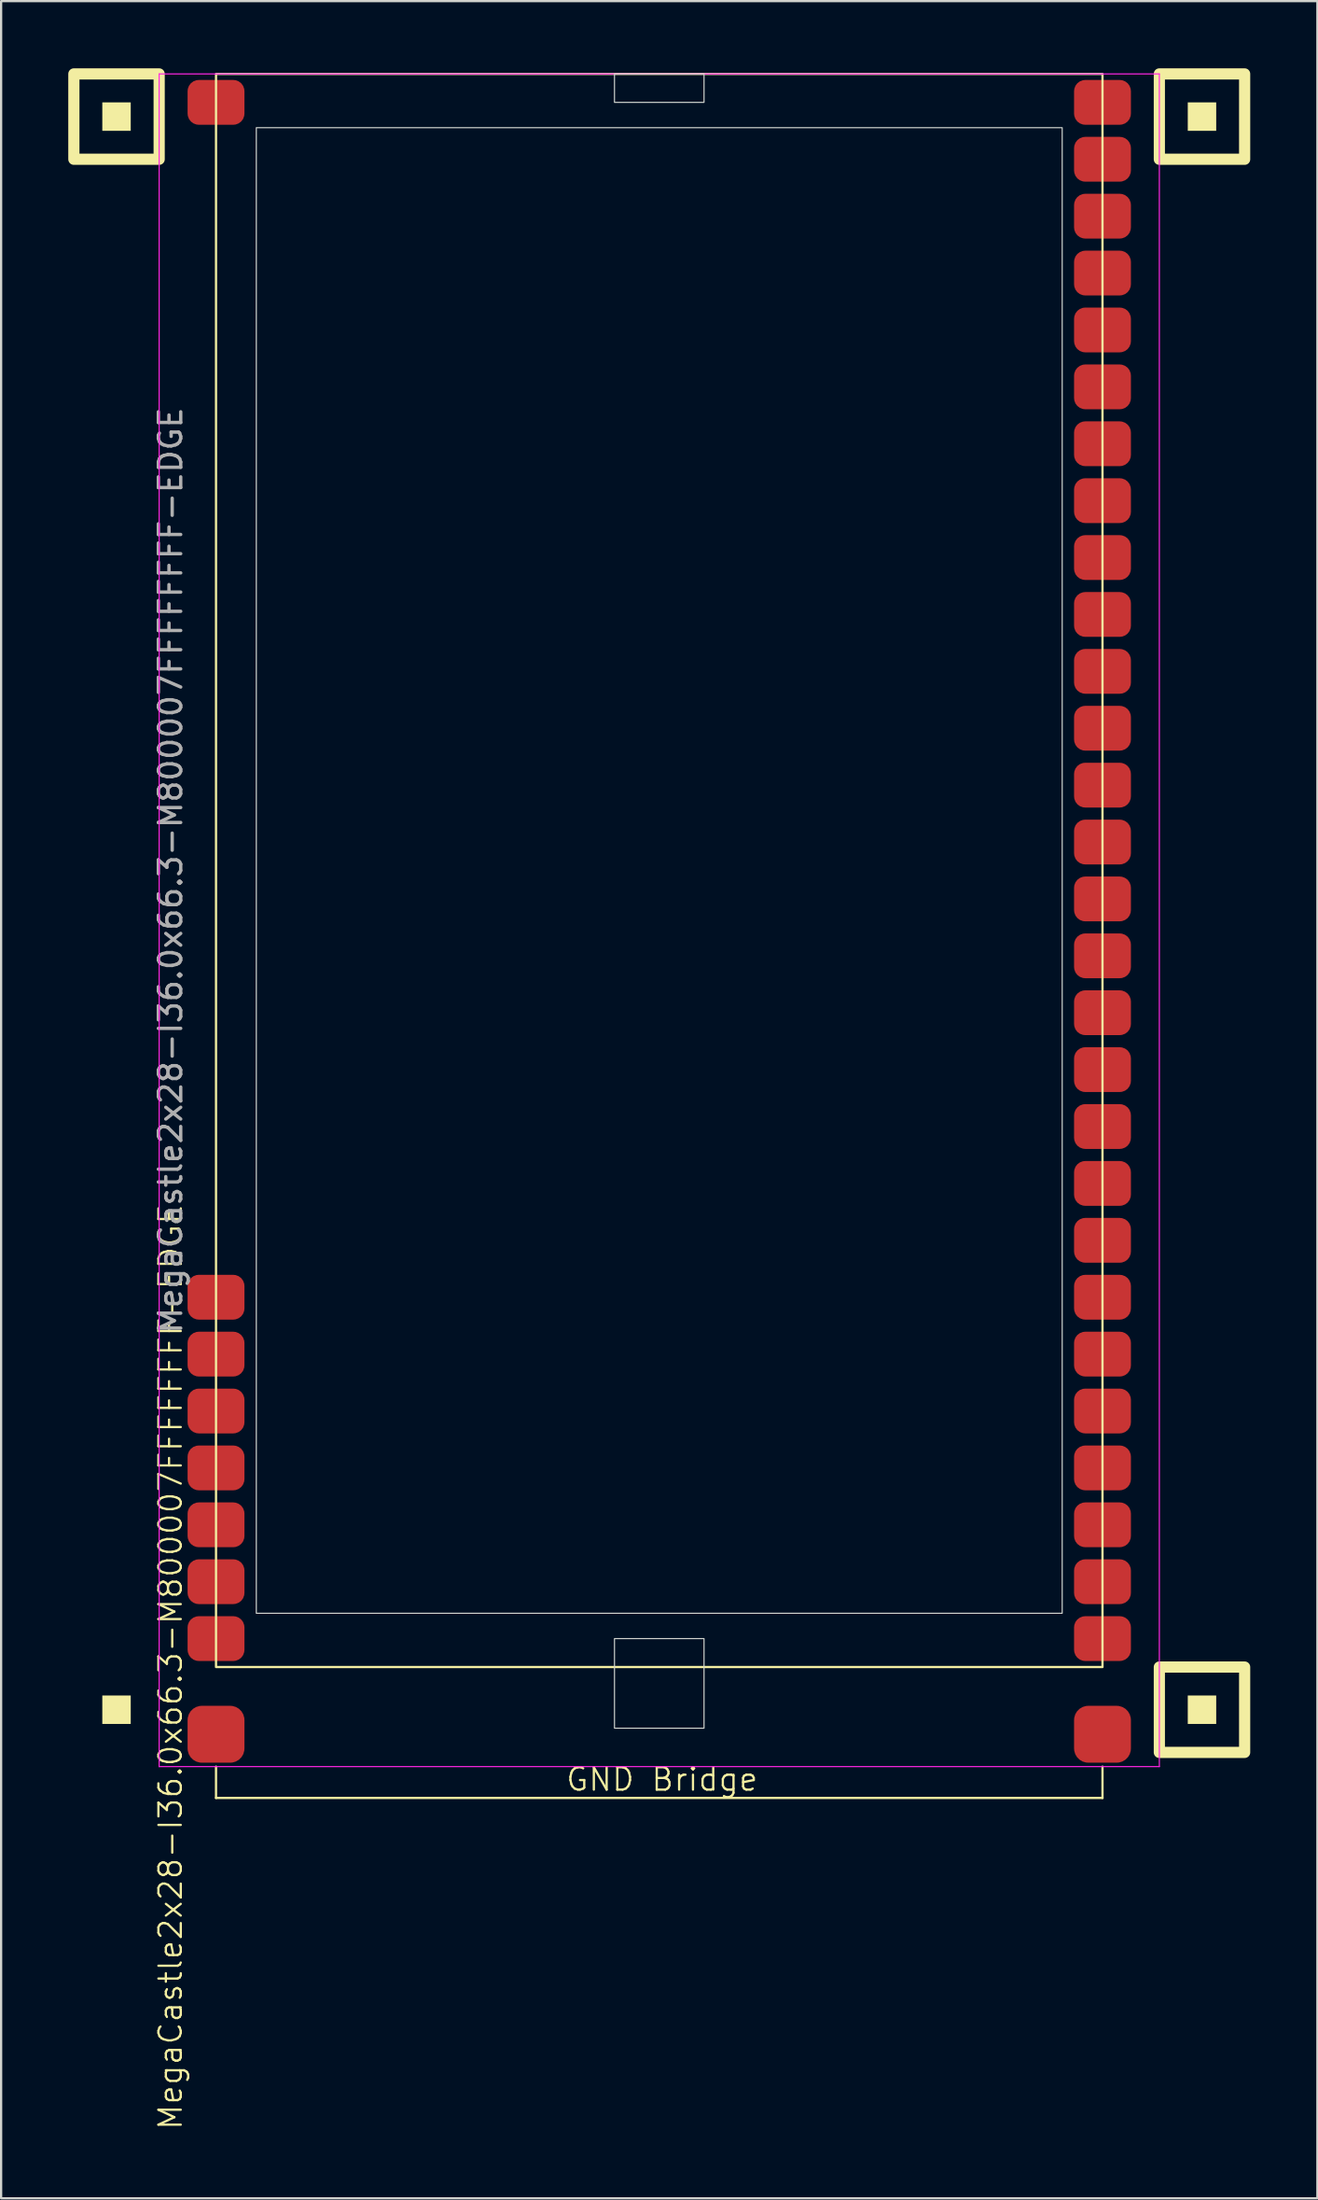
<source format=kicad_pcb>
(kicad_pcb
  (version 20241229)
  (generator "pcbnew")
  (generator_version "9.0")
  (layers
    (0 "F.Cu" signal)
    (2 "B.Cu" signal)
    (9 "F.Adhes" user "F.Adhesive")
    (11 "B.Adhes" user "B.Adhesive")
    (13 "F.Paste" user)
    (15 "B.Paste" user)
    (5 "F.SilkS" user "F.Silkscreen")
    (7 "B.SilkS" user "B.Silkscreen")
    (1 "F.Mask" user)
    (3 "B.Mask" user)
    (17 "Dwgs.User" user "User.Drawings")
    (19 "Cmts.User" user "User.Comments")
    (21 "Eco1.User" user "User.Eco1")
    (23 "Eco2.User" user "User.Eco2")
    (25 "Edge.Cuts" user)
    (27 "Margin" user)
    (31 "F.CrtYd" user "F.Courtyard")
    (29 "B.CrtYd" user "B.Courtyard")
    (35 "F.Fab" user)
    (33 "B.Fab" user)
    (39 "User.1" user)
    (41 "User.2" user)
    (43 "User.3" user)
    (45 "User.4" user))
  (footprint "MegaCastle2x28-I36.0x66.3-M800007FFFFFFFF-EDGE"
    (layer "F.Cu")
    (at 26.4 35.81)
    (property "Reference" "MegaCastle2x28-I36.0x66.3-M800007FFFFFFFF-EDGE" (at -21.832 35.56 90) (unlocked yes) (layer "F.SilkS") (effects (font (size 1 1) (thickness 0.1))))
    (attr smd)
    (fp_line (start -19.8 40.005) (end -19.8 41.405) (stroke (width 0.1) (type default)) (layer "F.SilkS"))
    (fp_line (start -19.8 41.405) (end 19.8 41.405) (stroke (width 0.1) (type default)) (layer "F.SilkS"))
    (fp_line (start 19.8 40.005) (end 19.8 41.405) (stroke (width 0.1) (type default)) (layer "F.SilkS"))
    (fp_rect (start -23.61 -33.02) (end -24.88 -34.29) (stroke (width 0) (type solid)) (fill yes) (layer "F.SilkS"))
    (fp_rect (start -23.61 38.1) (end -24.88 36.83) (stroke (width 0) (type solid)) (fill yes) (layer "F.SilkS"))
    (fp_rect (start -22.34 -31.75) (end -26.15 -35.56) (stroke (width 0.5) (type default)) (fill no) (layer "F.SilkS"))
    (fp_rect (start -19.8 -35.56) (end 19.8 35.56) (stroke (width 0.1) (type default)) (fill no) (layer "F.SilkS"))
    (fp_rect (start 24.88 -33.02) (end 23.61 -34.29) (stroke (width 0) (type solid)) (fill yes) (layer "F.SilkS"))
    (fp_rect (start 24.88 38.1) (end 23.61 36.83) (stroke (width 0) (type solid)) (fill yes) (layer "F.SilkS"))
    (fp_rect (start 26.15 -31.75) (end 22.34 -35.56) (stroke (width 0.5) (type default)) (fill no) (layer "F.SilkS"))
    (fp_rect (start 26.15 39.37) (end 22.34 35.56) (stroke (width 0.5) (type default)) (fill no) (layer "F.SilkS"))
    (fp_rect (start -18 -33.16) (end 18 33.16) (stroke (width 0.05) (type default)) (fill no) (layer "Edge.Cuts"))
    (fp_rect (start -2 -34.29) (end 2 -35.56) (stroke (width 0.05) (type default)) (fill no) (layer "Edge.Cuts"))
    (fp_rect (start -2 34.29) (end 2 38.29) (stroke (width 0.05) (type default)) (fill no) (layer "Edge.Cuts"))
    (fp_line (start -22.34 -35.56) (end -22.34 40.005) (stroke (width 0.05) (type default)) (layer "F.CrtYd"))
    (fp_line (start -22.34 40.005) (end 22.34 40.005) (stroke (width 0.05) (type default)) (layer "F.CrtYd"))
    (fp_line (start 22.34 -35.56) (end -22.34 -35.56) (stroke (width 0.05) (type default)) (layer "F.CrtYd"))
    (fp_line (start 22.34 -35.56) (end 22.34 40.005) (stroke (width 0.05) (type default)) (layer "F.CrtYd"))
    (fp_text user "GND Bridge" (at -4.226 41.16 0) (unlocked yes) (layer "F.SilkS") (effects (font (size 1 1) (thickness 0.1)) (justify left bottom)))
    (fp_text user "${REFERENCE}" (at -21.832 0 90) (unlocked yes) (layer "F.Fab") (effects (font (size 1 1) (thickness 0.15))))
    (pad "1" smd roundrect (at -19.8 -34.29) (size 2.54 2) (layers "F.Cu" "F.Mask" "F.Paste") (roundrect_rratio 0.25))
    (pad "22" smd roundrect (at -19.8 19.05) (size 2.54 2) (layers "F.Cu" "F.Mask" "F.Paste") (roundrect_rratio 0.25))
    (pad "23" smd roundrect (at -19.8 21.59) (size 2.54 2) (layers "F.Cu" "F.Mask" "F.Paste") (roundrect_rratio 0.25))
    (pad "24" smd roundrect (at -19.8 24.13) (size 2.54 2) (layers "F.Cu" "F.Mask" "F.Paste") (roundrect_rratio 0.25))
    (pad "25" smd roundrect (at -19.8 26.67) (size 2.54 2) (layers "F.Cu" "F.Mask" "F.Paste") (roundrect_rratio 0.25))
    (pad "26" smd roundrect (at -19.8 29.21) (size 2.54 2) (layers "F.Cu" "F.Mask" "F.Paste") (roundrect_rratio 0.25))
    (pad "27" smd roundrect (at -19.8 31.75) (size 2.54 2) (layers "F.Cu" "F.Mask" "F.Paste") (roundrect_rratio 0.25))
    (pad "28" smd roundrect (at -19.8 34.29) (size 2.54 2) (layers "F.Cu" "F.Mask" "F.Paste") (roundrect_rratio 0.25))
    (pad "29" smd roundrect (at 19.8 -34.29) (size 2.54 2) (layers "F.Cu" "F.Mask" "F.Paste") (roundrect_rratio 0.25))
    (pad "30" smd roundrect (at 19.8 -31.75) (size 2.54 2) (layers "F.Cu" "F.Mask" "F.Paste") (roundrect_rratio 0.25))
    (pad "31" smd roundrect (at 19.8 -29.21) (size 2.54 2) (layers "F.Cu" "F.Mask" "F.Paste") (roundrect_rratio 0.25))
    (pad "32" smd roundrect (at 19.8 -26.67) (size 2.54 2) (layers "F.Cu" "F.Mask" "F.Paste") (roundrect_rratio 0.25))
    (pad "33" smd roundrect (at 19.8 -24.13) (size 2.54 2) (layers "F.Cu" "F.Mask" "F.Paste") (roundrect_rratio 0.25))
    (pad "34" smd roundrect (at 19.8 -21.59) (size 2.54 2) (layers "F.Cu" "F.Mask" "F.Paste") (roundrect_rratio 0.25))
    (pad "35" smd roundrect (at 19.8 -19.05) (size 2.54 2) (layers "F.Cu" "F.Mask" "F.Paste") (roundrect_rratio 0.25))
    (pad "36" smd roundrect (at 19.8 -16.51) (size 2.54 2) (layers "F.Cu" "F.Mask" "F.Paste") (roundrect_rratio 0.25))
    (pad "37" smd roundrect (at 19.8 -13.97) (size 2.54 2) (layers "F.Cu" "F.Mask" "F.Paste") (roundrect_rratio 0.25))
    (pad "38" smd roundrect (at 19.8 -11.43) (size 2.54 2) (layers "F.Cu" "F.Mask" "F.Paste") (roundrect_rratio 0.25))
    (pad "39" smd roundrect (at 19.8 -8.89) (size 2.54 2) (layers "F.Cu" "F.Mask" "F.Paste") (roundrect_rratio 0.25))
    (pad "40" smd roundrect (at 19.8 -6.35) (size 2.54 2) (layers "F.Cu" "F.Mask" "F.Paste") (roundrect_rratio 0.25))
    (pad "41" smd roundrect (at 19.8 -3.81) (size 2.54 2) (layers "F.Cu" "F.Mask" "F.Paste") (roundrect_rratio 0.25))
    (pad "42" smd roundrect (at 19.8 -1.27) (size 2.54 2) (layers "F.Cu" "F.Mask" "F.Paste") (roundrect_rratio 0.25))
    (pad "43" smd roundrect (at 19.8 1.27) (size 2.54 2) (layers "F.Cu" "F.Mask" "F.Paste") (roundrect_rratio 0.25))
    (pad "44" smd roundrect (at 19.8 3.81) (size 2.54 2) (layers "F.Cu" "F.Mask" "F.Paste") (roundrect_rratio 0.25))
    (pad "45" smd roundrect (at 19.8 6.35) (size 2.54 2) (layers "F.Cu" "F.Mask" "F.Paste") (roundrect_rratio 0.25))
    (pad "46" smd roundrect (at 19.8 8.89) (size 2.54 2) (layers "F.Cu" "F.Mask" "F.Paste") (roundrect_rratio 0.25))
    (pad "47" smd roundrect (at 19.8 11.43) (size 2.54 2) (layers "F.Cu" "F.Mask" "F.Paste") (roundrect_rratio 0.25))
    (pad "48" smd roundrect (at 19.8 13.97) (size 2.54 2) (layers "F.Cu" "F.Mask" "F.Paste") (roundrect_rratio 0.25))
    (pad "49" smd roundrect (at 19.8 16.51) (size 2.54 2) (layers "F.Cu" "F.Mask" "F.Paste") (roundrect_rratio 0.25))
    (pad "50" smd roundrect (at 19.8 19.05) (size 2.54 2) (layers "F.Cu" "F.Mask" "F.Paste") (roundrect_rratio 0.25))
    (pad "51" smd roundrect (at 19.8 21.59) (size 2.54 2) (layers "F.Cu" "F.Mask" "F.Paste") (roundrect_rratio 0.25))
    (pad "52" smd roundrect (at 19.8 24.13) (size 2.54 2) (layers "F.Cu" "F.Mask" "F.Paste") (roundrect_rratio 0.25))
    (pad "53" smd roundrect (at 19.8 26.67) (size 2.54 2) (layers "F.Cu" "F.Mask" "F.Paste") (roundrect_rratio 0.25))
    (pad "54" smd roundrect (at 19.8 29.21) (size 2.54 2) (layers "F.Cu" "F.Mask" "F.Paste") (roundrect_rratio 0.25))
    (pad "55" smd roundrect (at 19.8 31.75) (size 2.54 2) (layers "F.Cu" "F.Mask" "F.Paste") (roundrect_rratio 0.25))
    (pad "56" smd roundrect (at 19.8 34.29) (size 2.54 2) (layers "F.Cu" "F.Mask" "F.Paste") (roundrect_rratio 0.25))
    (pad "B1" smd roundrect (at -19.8 38.56) (size 2.54 2.54) (layers "F.Cu" "F.Mask" "F.Paste") (roundrect_rratio 0.25))
    (pad "B2" smd roundrect (at 19.8 38.56) (size 2.54 2.54) (layers "F.Cu" "F.Mask" "F.Paste") (roundrect_rratio 0.25)))
  (gr_rect
    (start -3 -3)
    (end 55.8 95.087)
    (stroke (width 0.1) (type default))
    (fill no)
    (layer "Edge.Cuts")))
</source>
